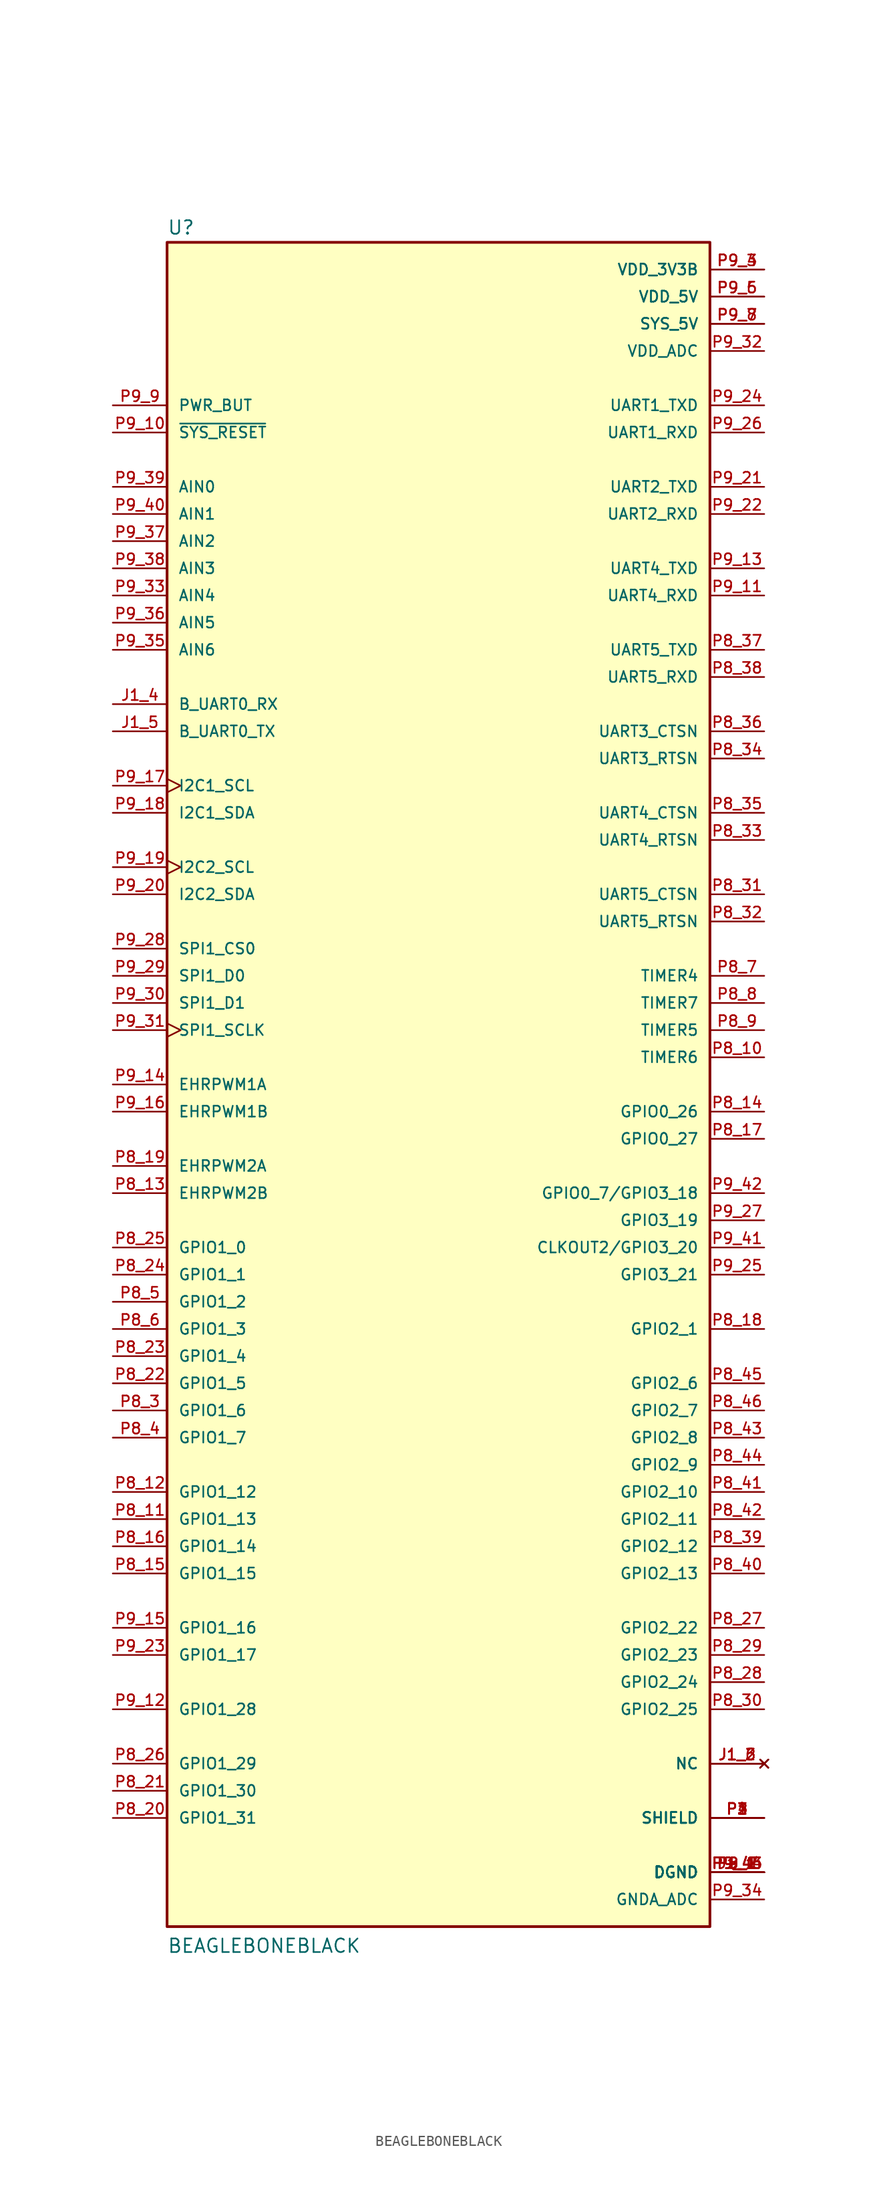
<source format=kicad_sym>
(kicad_symbol_lib
  (version 20211014)
  (generator kicad_symbol_editor)
  (symbol "BEAGLEBONEBLACK"
    (pin_names
      (offset 1.016))
    (property "Reference" "U"
      (at -25.4 79.375 0)
      (effects (font (size 1.27 1.27)) (justify bottom left)))
    (property "Value" "BEAGLEBONEBLACK"
      (at -25.4 -81.28 0)
      (effects (font (size 1.27 1.27)) (justify bottom left)))
    (symbol "BEAGLEBONEBLACK_0_0"
      (rectangle (start -25.4 -78.74) (end 25.4 78.74) (stroke (width 0.254)) (fill (type background)))
      (pin power_in line (at 30.48 73.66 180.0) (length 5.08) (name "VDD_5V" (effects (font (size 1.016 1.016)))) (number "P9_5" (effects (font (size 1.016 1.016)))))
      (pin power_in line (at 30.48 73.66 180.0) (length 5.08) (name "VDD_5V" (effects (font (size 1.016 1.016)))) (number "P9_6" (effects (font (size 1.016 1.016)))))
      (pin power_in line (at 30.48 71.12 180.0) (length 5.08) (name "SYS_5V" (effects (font (size 1.016 1.016)))) (number "P9_7" (effects (font (size 1.016 1.016)))))
      (pin power_in line (at 30.48 71.12 180.0) (length 5.08) (name "SYS_5V" (effects (font (size 1.016 1.016)))) (number "P9_8" (effects (font (size 1.016 1.016)))))
      (pin power_in line (at 30.48 68.58 180.0) (length 5.08) (name "VDD_ADC" (effects (font (size 1.016 1.016)))) (number "P9_32" (effects (font (size 1.016 1.016)))))
      (pin bidirectional line (at -30.48 -17.78 0) (length 5.08) (name "GPIO1_1" (effects (font (size 1.016 1.016)))) (number "P8_24" (effects (font (size 1.016 1.016)))))
      (pin bidirectional line (at -30.48 -20.32 0) (length 5.08) (name "GPIO1_2" (effects (font (size 1.016 1.016)))) (number "P8_5" (effects (font (size 1.016 1.016)))))
      (pin bidirectional line (at -30.48 -22.86 0) (length 5.08) (name "GPIO1_3" (effects (font (size 1.016 1.016)))) (number "P8_6" (effects (font (size 1.016 1.016)))))
      (pin bidirectional line (at -30.48 -25.4 0) (length 5.08) (name "GPIO1_4" (effects (font (size 1.016 1.016)))) (number "P8_23" (effects (font (size 1.016 1.016)))))
      (pin bidirectional line (at -30.48 -27.94 0) (length 5.08) (name "GPIO1_5" (effects (font (size 1.016 1.016)))) (number "P8_22" (effects (font (size 1.016 1.016)))))
      (pin bidirectional line (at -30.48 -30.48 0) (length 5.08) (name "GPIO1_6" (effects (font (size 1.016 1.016)))) (number "P8_3" (effects (font (size 1.016 1.016)))))
      (pin bidirectional line (at -30.48 -33.02 0) (length 5.08) (name "GPIO1_7" (effects (font (size 1.016 1.016)))) (number "P8_4" (effects (font (size 1.016 1.016)))))
      (pin bidirectional line (at -30.48 -38.1 0) (length 5.08) (name "GPIO1_12" (effects (font (size 1.016 1.016)))) (number "P8_12" (effects (font (size 1.016 1.016)))))
      (pin bidirectional line (at -30.48 -40.64 0) (length 5.08) (name "GPIO1_13" (effects (font (size 1.016 1.016)))) (number "P8_11" (effects (font (size 1.016 1.016)))))
      (pin bidirectional line (at -30.48 -43.18 0) (length 5.08) (name "GPIO1_14" (effects (font (size 1.016 1.016)))) (number "P8_16" (effects (font (size 1.016 1.016)))))
      (pin bidirectional line (at -30.48 -45.72 0) (length 5.08) (name "GPIO1_15" (effects (font (size 1.016 1.016)))) (number "P8_15" (effects (font (size 1.016 1.016)))))
      (pin bidirectional line (at -30.48 -50.8 0) (length 5.08) (name "GPIO1_16" (effects (font (size 1.016 1.016)))) (number "P9_15" (effects (font (size 1.016 1.016)))))
      (pin bidirectional line (at -30.48 -53.34 0) (length 5.08) (name "GPIO1_17" (effects (font (size 1.016 1.016)))) (number "P9_23" (effects (font (size 1.016 1.016)))))
      (pin bidirectional line (at -30.48 -58.42 0) (length 5.08) (name "GPIO1_28" (effects (font (size 1.016 1.016)))) (number "P9_12" (effects (font (size 1.016 1.016)))))
      (pin bidirectional line (at -30.48 -63.5 0) (length 5.08) (name "GPIO1_29" (effects (font (size 1.016 1.016)))) (number "P8_26" (effects (font (size 1.016 1.016)))))
      (pin bidirectional line (at -30.48 -66.04 0) (length 5.08) (name "GPIO1_30" (effects (font (size 1.016 1.016)))) (number "P8_21" (effects (font (size 1.016 1.016)))))
      (pin bidirectional line (at -30.48 -68.58 0) (length 5.08) (name "GPIO1_31" (effects (font (size 1.016 1.016)))) (number "P8_20" (effects (font (size 1.016 1.016)))))
      (pin bidirectional line (at 30.48 10.16 180.0) (length 5.08) (name "TIMER4" (effects (font (size 1.016 1.016)))) (number "P8_7" (effects (font (size 1.016 1.016)))))
      (pin bidirectional line (at 30.48 5.08 180.0) (length 5.08) (name "TIMER5" (effects (font (size 1.016 1.016)))) (number "P8_9" (effects (font (size 1.016 1.016)))))
      (pin bidirectional line (at 30.48 2.54 180.0) (length 5.08) (name "TIMER6" (effects (font (size 1.016 1.016)))) (number "P8_10" (effects (font (size 1.016 1.016)))))
      (pin bidirectional line (at 30.48 7.62 180.0) (length 5.08) (name "TIMER7" (effects (font (size 1.016 1.016)))) (number "P8_8" (effects (font (size 1.016 1.016)))))
      (pin bidirectional line (at -30.48 -10.16 0) (length 5.08) (name "EHRPWM2B" (effects (font (size 1.016 1.016)))) (number "P8_13" (effects (font (size 1.016 1.016)))))
      (pin bidirectional line (at 30.48 -2.54 180.0) (length 5.08) (name "GPIO0_26" (effects (font (size 1.016 1.016)))) (number "P8_14" (effects (font (size 1.016 1.016)))))
      (pin bidirectional line (at 30.48 -5.08 180.0) (length 5.08) (name "GPIO0_27" (effects (font (size 1.016 1.016)))) (number "P8_17" (effects (font (size 1.016 1.016)))))
      (pin bidirectional line (at 30.48 -22.86 180.0) (length 5.08) (name "GPIO2_1" (effects (font (size 1.016 1.016)))) (number "P8_18" (effects (font (size 1.016 1.016)))))
      (pin bidirectional line (at -30.48 -7.62 0) (length 5.08) (name "EHRPWM2A" (effects (font (size 1.016 1.016)))) (number "P8_19" (effects (font (size 1.016 1.016)))))
      (pin bidirectional line (at -30.48 -15.24 0) (length 5.08) (name "GPIO1_0" (effects (font (size 1.016 1.016)))) (number "P8_25" (effects (font (size 1.016 1.016)))))
      (pin bidirectional line (at 30.48 -50.8 180.0) (length 5.08) (name "GPIO2_22" (effects (font (size 1.016 1.016)))) (number "P8_27" (effects (font (size 1.016 1.016)))))
      (pin bidirectional line (at 30.48 -55.88 180.0) (length 5.08) (name "GPIO2_24" (effects (font (size 1.016 1.016)))) (number "P8_28" (effects (font (size 1.016 1.016)))))
      (pin bidirectional line (at 30.48 -53.34 180.0) (length 5.08) (name "GPIO2_23" (effects (font (size 1.016 1.016)))) (number "P8_29" (effects (font (size 1.016 1.016)))))
      (pin bidirectional line (at 30.48 -58.42 180.0) (length 5.08) (name "GPIO2_25" (effects (font (size 1.016 1.016)))) (number "P8_30" (effects (font (size 1.016 1.016)))))
      (pin bidirectional line (at 30.48 17.78 180.0) (length 5.08) (name "UART5_CTSN" (effects (font (size 1.016 1.016)))) (number "P8_31" (effects (font (size 1.016 1.016)))))
      (pin bidirectional line (at 30.48 15.24 180.0) (length 5.08) (name "UART5_RTSN" (effects (font (size 1.016 1.016)))) (number "P8_32" (effects (font (size 1.016 1.016)))))
      (pin bidirectional line (at 30.48 22.86 180.0) (length 5.08) (name "UART4_RTSN" (effects (font (size 1.016 1.016)))) (number "P8_33" (effects (font (size 1.016 1.016)))))
      (pin bidirectional line (at 30.48 30.48 180.0) (length 5.08) (name "UART3_RTSN" (effects (font (size 1.016 1.016)))) (number "P8_34" (effects (font (size 1.016 1.016)))))
      (pin bidirectional line (at 30.48 25.4 180.0) (length 5.08) (name "UART4_CTSN" (effects (font (size 1.016 1.016)))) (number "P8_35" (effects (font (size 1.016 1.016)))))
      (pin bidirectional line (at 30.48 33.02 180.0) (length 5.08) (name "UART3_CTSN" (effects (font (size 1.016 1.016)))) (number "P8_36" (effects (font (size 1.016 1.016)))))
      (pin bidirectional line (at 30.48 40.64 180.0) (length 5.08) (name "UART5_TXD" (effects (font (size 1.016 1.016)))) (number "P8_37" (effects (font (size 1.016 1.016)))))
      (pin bidirectional line (at 30.48 38.1 180.0) (length 5.08) (name "UART5_RXD" (effects (font (size 1.016 1.016)))) (number "P8_38" (effects (font (size 1.016 1.016)))))
      (pin bidirectional line (at 30.48 -27.94 180.0) (length 5.08) (name "GPIO2_6" (effects (font (size 1.016 1.016)))) (number "P8_45" (effects (font (size 1.016 1.016)))))
      (pin bidirectional line (at 30.48 -30.48 180.0) (length 5.08) (name "GPIO2_7" (effects (font (size 1.016 1.016)))) (number "P8_46" (effects (font (size 1.016 1.016)))))
      (pin bidirectional line (at 30.48 -33.02 180.0) (length 5.08) (name "GPIO2_8" (effects (font (size 1.016 1.016)))) (number "P8_43" (effects (font (size 1.016 1.016)))))
      (pin bidirectional line (at 30.48 -35.56 180.0) (length 5.08) (name "GPIO2_9" (effects (font (size 1.016 1.016)))) (number "P8_44" (effects (font (size 1.016 1.016)))))
      (pin bidirectional line (at 30.48 -38.1 180.0) (length 5.08) (name "GPIO2_10" (effects (font (size 1.016 1.016)))) (number "P8_41" (effects (font (size 1.016 1.016)))))
      (pin bidirectional line (at 30.48 -40.64 180.0) (length 5.08) (name "GPIO2_11" (effects (font (size 1.016 1.016)))) (number "P8_42" (effects (font (size 1.016 1.016)))))
      (pin bidirectional line (at 30.48 -43.18 180.0) (length 5.08) (name "GPIO2_12" (effects (font (size 1.016 1.016)))) (number "P8_39" (effects (font (size 1.016 1.016)))))
      (pin bidirectional line (at 30.48 -45.72 180.0) (length 5.08) (name "GPIO2_13" (effects (font (size 1.016 1.016)))) (number "P8_40" (effects (font (size 1.016 1.016)))))
      (pin power_in line (at 30.48 -73.66 180.0) (length 5.08) (name "DGND" (effects (font (size 1.016 1.016)))) (number "J1_1" (effects (font (size 1.016 1.016)))))
      (pin power_in line (at 30.48 -73.66 180.0) (length 5.08) (name "DGND" (effects (font (size 1.016 1.016)))) (number "P8_1" (effects (font (size 1.016 1.016)))))
      (pin power_in line (at 30.48 -73.66 180.0) (length 5.08) (name "DGND" (effects (font (size 1.016 1.016)))) (number "P8_2" (effects (font (size 1.016 1.016)))))
      (pin power_in line (at 30.48 -73.66 180.0) (length 5.08) (name "DGND" (effects (font (size 1.016 1.016)))) (number "P9_1" (effects (font (size 1.016 1.016)))))
      (pin power_in line (at 30.48 -73.66 180.0) (length 5.08) (name "DGND" (effects (font (size 1.016 1.016)))) (number "P9_2" (effects (font (size 1.016 1.016)))))
      (pin power_in line (at 30.48 -73.66 180.0) (length 5.08) (name "DGND" (effects (font (size 1.016 1.016)))) (number "P9_43" (effects (font (size 1.016 1.016)))))
      (pin power_in line (at 30.48 -73.66 180.0) (length 5.08) (name "DGND" (effects (font (size 1.016 1.016)))) (number "P9_44" (effects (font (size 1.016 1.016)))))
      (pin power_in line (at 30.48 -73.66 180.0) (length 5.08) (name "DGND" (effects (font (size 1.016 1.016)))) (number "P9_45" (effects (font (size 1.016 1.016)))))
      (pin power_in line (at 30.48 -73.66 180.0) (length 5.08) (name "DGND" (effects (font (size 1.016 1.016)))) (number "P9_46" (effects (font (size 1.016 1.016)))))
      (pin power_in line (at 30.48 76.2 180.0) (length 5.08) (name "VDD_3V3B" (effects (font (size 1.016 1.016)))) (number "P9_3" (effects (font (size 1.016 1.016)))))
      (pin power_in line (at 30.48 76.2 180.0) (length 5.08) (name "VDD_3V3B" (effects (font (size 1.016 1.016)))) (number "P9_4" (effects (font (size 1.016 1.016)))))
      (pin input line (at -30.48 63.5 0) (length 5.08) (name "PWR_BUT" (effects (font (size 1.016 1.016)))) (number "P9_9" (effects (font (size 1.016 1.016)))))
      (pin input line (at -30.48 60.96 0) (length 5.08) (name "~{SYS_RESET}" (effects (font (size 1.016 1.016)))) (number "P9_10" (effects (font (size 1.016 1.016)))))
      (pin bidirectional line (at 30.48 45.72 180.0) (length 5.08) (name "UART4_RXD" (effects (font (size 1.016 1.016)))) (number "P9_11" (effects (font (size 1.016 1.016)))))
      (pin bidirectional line (at 30.48 48.26 180.0) (length 5.08) (name "UART4_TXD" (effects (font (size 1.016 1.016)))) (number "P9_13" (effects (font (size 1.016 1.016)))))
      (pin bidirectional line (at -30.48 0.0 0) (length 5.08) (name "EHRPWM1A" (effects (font (size 1.016 1.016)))) (number "P9_14" (effects (font (size 1.016 1.016)))))
      (pin bidirectional line (at -30.48 -2.54 0) (length 5.08) (name "EHRPWM1B" (effects (font (size 1.016 1.016)))) (number "P9_16" (effects (font (size 1.016 1.016)))))
      (pin bidirectional clock (at -30.48 27.94 0) (length 5.08) (name "I2C1_SCL" (effects (font (size 1.016 1.016)))) (number "P9_17" (effects (font (size 1.016 1.016)))))
      (pin bidirectional line (at -30.48 25.4 0) (length 5.08) (name "I2C1_SDA" (effects (font (size 1.016 1.016)))) (number "P9_18" (effects (font (size 1.016 1.016)))))
      (pin bidirectional clock (at -30.48 20.32 0) (length 5.08) (name "I2C2_SCL" (effects (font (size 1.016 1.016)))) (number "P9_19" (effects (font (size 1.016 1.016)))))
      (pin bidirectional line (at -30.48 17.78 0) (length 5.08) (name "I2C2_SDA" (effects (font (size 1.016 1.016)))) (number "P9_20" (effects (font (size 1.016 1.016)))))
      (pin bidirectional line (at 30.48 53.34 180.0) (length 5.08) (name "UART2_RXD" (effects (font (size 1.016 1.016)))) (number "P9_22" (effects (font (size 1.016 1.016)))))
      (pin bidirectional line (at 30.48 55.88 180.0) (length 5.08) (name "UART2_TXD" (effects (font (size 1.016 1.016)))) (number "P9_21" (effects (font (size 1.016 1.016)))))
      (pin bidirectional line (at 30.48 63.5 180.0) (length 5.08) (name "UART1_TXD" (effects (font (size 1.016 1.016)))) (number "P9_24" (effects (font (size 1.016 1.016)))))
      (pin bidirectional line (at 30.48 -17.78 180.0) (length 5.08) (name "GPIO3_21" (effects (font (size 1.016 1.016)))) (number "P9_25" (effects (font (size 1.016 1.016)))))
      (pin bidirectional line (at 30.48 60.96 180.0) (length 5.08) (name "UART1_RXD" (effects (font (size 1.016 1.016)))) (number "P9_26" (effects (font (size 1.016 1.016)))))
      (pin bidirectional line (at 30.48 -12.7 180.0) (length 5.08) (name "GPIO3_19" (effects (font (size 1.016 1.016)))) (number "P9_27" (effects (font (size 1.016 1.016)))))
      (pin bidirectional line (at -30.48 12.7 0) (length 5.08) (name "SPI1_CS0" (effects (font (size 1.016 1.016)))) (number "P9_28" (effects (font (size 1.016 1.016)))))
      (pin bidirectional line (at -30.48 10.16 0) (length 5.08) (name "SPI1_D0" (effects (font (size 1.016 1.016)))) (number "P9_29" (effects (font (size 1.016 1.016)))))
      (pin bidirectional line (at -30.48 7.62 0) (length 5.08) (name "SPI1_D1" (effects (font (size 1.016 1.016)))) (number "P9_30" (effects (font (size 1.016 1.016)))))
      (pin bidirectional clock (at -30.48 5.08 0) (length 5.08) (name "SPI1_SCLK" (effects (font (size 1.016 1.016)))) (number "P9_31" (effects (font (size 1.016 1.016)))))
      (pin bidirectional line (at 30.48 -15.24 180.0) (length 5.08) (name "CLKOUT2/GPIO3_20" (effects (font (size 1.016 1.016)))) (number "P9_41" (effects (font (size 1.016 1.016)))))
      (pin bidirectional line (at 30.48 -10.16 180.0) (length 5.08) (name "GPIO0_7/GPIO3_18" (effects (font (size 1.016 1.016)))) (number "P9_42" (effects (font (size 1.016 1.016)))))
      (pin input line (at -30.48 45.72 0) (length 5.08) (name "AIN4" (effects (font (size 1.016 1.016)))) (number "P9_33" (effects (font (size 1.016 1.016)))))
      (pin input line (at -30.48 53.34 0) (length 5.08) (name "AIN1" (effects (font (size 1.016 1.016)))) (number "P9_40" (effects (font (size 1.016 1.016)))))
      (pin input line (at -30.48 50.8 0) (length 5.08) (name "AIN2" (effects (font (size 1.016 1.016)))) (number "P9_37" (effects (font (size 1.016 1.016)))))
      (pin input line (at -30.48 48.26 0) (length 5.08) (name "AIN3" (effects (font (size 1.016 1.016)))) (number "P9_38" (effects (font (size 1.016 1.016)))))
      (pin input line (at -30.48 55.88 0) (length 5.08) (name "AIN0" (effects (font (size 1.016 1.016)))) (number "P9_39" (effects (font (size 1.016 1.016)))))
      (pin input line (at -30.48 43.18 0) (length 5.08) (name "AIN5" (effects (font (size 1.016 1.016)))) (number "P9_36" (effects (font (size 1.016 1.016)))))
      (pin input line (at -30.48 40.64 0) (length 5.08) (name "AIN6" (effects (font (size 1.016 1.016)))) (number "P9_35" (effects (font (size 1.016 1.016)))))
      (pin power_in line (at 30.48 -76.2 180.0) (length 5.08) (name "GNDA_ADC" (effects (font (size 1.016 1.016)))) (number "P9_34" (effects (font (size 1.016 1.016)))))
      (pin bidirectional line (at -30.48 35.56 0) (length 5.08) (name "B_UART0_RX" (effects (font (size 1.016 1.016)))) (number "J1_4" (effects (font (size 1.016 1.016)))))
      (pin bidirectional line (at -30.48 33.02 0) (length 5.08) (name "B_UART0_TX" (effects (font (size 1.016 1.016)))) (number "J1_5" (effects (font (size 1.016 1.016)))))
      (pin no_connect line (at 30.48 -63.5 180.0) (length 5.08) (name "NC" (effects (font (size 1.016 1.016)))) (number "J1_2" (effects (font (size 1.016 1.016)))))
      (pin no_connect line (at 30.48 -63.5 180.0) (length 5.08) (name "NC" (effects (font (size 1.016 1.016)))) (number "J1_3" (effects (font (size 1.016 1.016)))))
      (pin no_connect line (at 30.48 -63.5 180.0) (length 5.08) (name "NC" (effects (font (size 1.016 1.016)))) (number "J1_6" (effects (font (size 1.016 1.016)))))
      (pin passive line (at 30.48 -68.58 180.0) (length 5.08) (name "SHIELD" (effects (font (size 1.016 1.016)))) (number "P1" (effects (font (size 1.016 1.016)))))
      (pin passive line (at 30.48 -68.58 180.0) (length 5.08) (name "SHIELD" (effects (font (size 1.016 1.016)))) (number "P2" (effects (font (size 1.016 1.016)))))
      (pin passive line (at 30.48 -68.58 180.0) (length 5.08) (name "SHIELD" (effects (font (size 1.016 1.016)))) (number "P3" (effects (font (size 1.016 1.016)))))
      (pin passive line (at 30.48 -68.58 180.0) (length 5.08) (name "SHIELD" (effects (font (size 1.016 1.016)))) (number "P4" (effects (font (size 1.016 1.016))))))))
</source>
